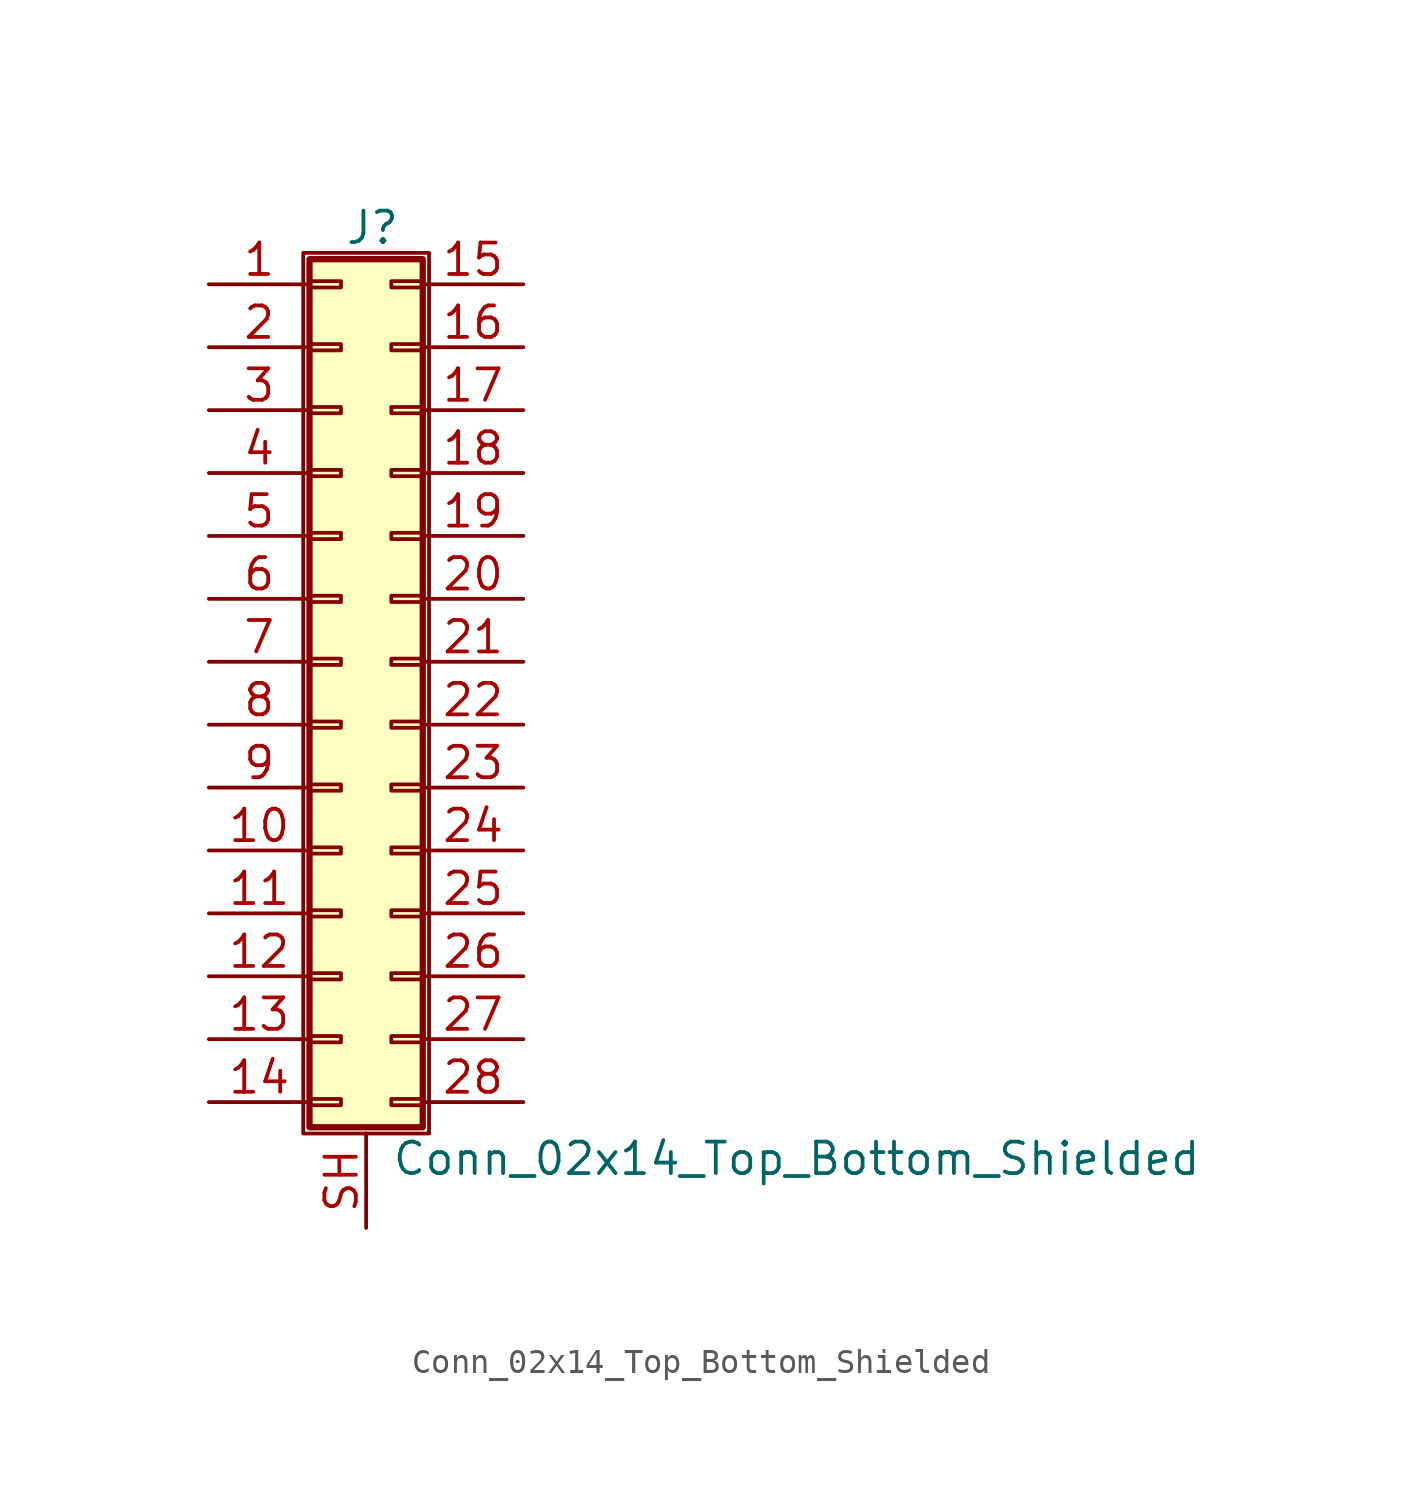
<source format=kicad_sym>
(kicad_symbol_lib
  (version 20201005)
  (generator kicad_symbol_editor)
  (symbol "Conn_02x14_Top_Bottom_Shielded"
    (pin_names
      (offset 1.016) hide)
    (property "Reference" "J"
      (at 1.524 17.526 0)
      (effects (font (size 1.27 1.27))))
    (property "Value" "Conn_02x14_Top_Bottom_Shielded"
      (at 2.286 -20.066 0)
      (effects (font (size 1.27 1.27)) (justify left)))
    (symbol "Conn_02x14_Top_Bottom_Shielded_1_1"
      (rectangle (start -1.27 16.51) (end 3.81 -19.05) (stroke (width 0.152)) (fill (type none)))
      (rectangle (start -1.016 -17.653) (end 0.254 -17.907) (stroke (width 0.152)) (fill (type none)))
      (rectangle (start -1.016 -15.113) (end 0.254 -15.367) (stroke (width 0.152)) (fill (type none)))
      (rectangle (start -1.016 -12.573) (end 0.254 -12.827) (stroke (width 0.152)) (fill (type none)))
      (rectangle (start -1.016 -10.033) (end 0.254 -10.287) (stroke (width 0.152)) (fill (type none)))
      (rectangle (start -1.016 -7.493) (end 0.254 -7.747) (stroke (width 0.152)) (fill (type none)))
      (rectangle (start -1.016 -4.953) (end 0.254 -5.207) (stroke (width 0.152)) (fill (type none)))
      (rectangle (start -1.016 -2.413) (end 0.254 -2.667) (stroke (width 0.152)) (fill (type none)))
      (rectangle (start -1.016 0.127) (end 0.254 -0.127) (stroke (width 0.152)) (fill (type none)))
      (rectangle (start -1.016 2.667) (end 0.254 2.413) (stroke (width 0.152)) (fill (type none)))
      (rectangle (start -1.016 5.207) (end 0.254 4.953) (stroke (width 0.152)) (fill (type none)))
      (rectangle (start -1.016 7.747) (end 0.254 7.493) (stroke (width 0.152)) (fill (type none)))
      (rectangle (start -1.016 10.287) (end 0.254 10.033) (stroke (width 0.152)) (fill (type none)))
      (rectangle (start -1.016 12.827) (end 0.254 12.573) (stroke (width 0.152)) (fill (type none)))
      (rectangle (start -1.016 15.367) (end 0.254 15.113) (stroke (width 0.152)) (fill (type none)))
      (rectangle (start 3.556 -17.653) (end 2.286 -17.907) (stroke (width 0.152)) (fill (type none)))
      (rectangle (start 3.556 -15.113) (end 2.286 -15.367) (stroke (width 0.152)) (fill (type none)))
      (rectangle (start 3.556 -12.573) (end 2.286 -12.827) (stroke (width 0.152)) (fill (type none)))
      (rectangle (start 3.556 -10.033) (end 2.286 -10.287) (stroke (width 0.152)) (fill (type none)))
      (rectangle (start 3.556 -7.493) (end 2.286 -7.747) (stroke (width 0.152)) (fill (type none)))
      (rectangle (start 3.556 -4.953) (end 2.286 -5.207) (stroke (width 0.152)) (fill (type none)))
      (rectangle (start 3.556 -2.413) (end 2.286 -2.667) (stroke (width 0.152)) (fill (type none)))
      (rectangle (start 3.556 0.127) (end 2.286 -0.127) (stroke (width 0.152)) (fill (type none)))
      (rectangle (start 3.556 2.667) (end 2.286 2.413) (stroke (width 0.152)) (fill (type none)))
      (rectangle (start 3.556 5.207) (end 2.286 4.953) (stroke (width 0.152)) (fill (type none)))
      (rectangle (start 3.556 7.747) (end 2.286 7.493) (stroke (width 0.152)) (fill (type none)))
      (rectangle (start 3.556 10.287) (end 2.286 10.033) (stroke (width 0.152)) (fill (type none)))
      (rectangle (start 3.556 12.827) (end 2.286 12.573) (stroke (width 0.152)) (fill (type none)))
      (rectangle (start 3.556 15.367) (end 2.286 15.113) (stroke (width 0.152)) (fill (type none)))
      (rectangle (start -1.016 16.256) (end 3.556 -18.796) (stroke (width 0.254)) (fill (type background)))
      (pin passive line (at -5.08 15.24 0) (length 4.064) (name "Pin_1" (effects (font (size 1.27 1.27)))) (number "1" (effects (font (size 1.27 1.27)))))
      (pin passive line (at -5.08 -7.62 0) (length 4.064) (name "Pin_10" (effects (font (size 1.27 1.27)))) (number "10" (effects (font (size 1.27 1.27)))))
      (pin passive line (at -5.08 -10.16 0) (length 4.064) (name "Pin_11" (effects (font (size 1.27 1.27)))) (number "11" (effects (font (size 1.27 1.27)))))
      (pin passive line (at -5.08 -12.7 0) (length 4.064) (name "Pin_12" (effects (font (size 1.27 1.27)))) (number "12" (effects (font (size 1.27 1.27)))))
      (pin passive line (at -5.08 -15.24 0) (length 4.064) (name "Pin_13" (effects (font (size 1.27 1.27)))) (number "13" (effects (font (size 1.27 1.27)))))
      (pin passive line (at -5.08 -17.78 0) (length 4.064) (name "Pin_14" (effects (font (size 1.27 1.27)))) (number "14" (effects (font (size 1.27 1.27)))))
      (pin passive line (at 7.62 15.24 180) (length 4.064) (name "Pin_15" (effects (font (size 1.27 1.27)))) (number "15" (effects (font (size 1.27 1.27)))))
      (pin passive line (at 7.62 12.7 180) (length 4.064) (name "Pin_16" (effects (font (size 1.27 1.27)))) (number "16" (effects (font (size 1.27 1.27)))))
      (pin passive line (at 7.62 10.16 180) (length 4.064) (name "Pin_17" (effects (font (size 1.27 1.27)))) (number "17" (effects (font (size 1.27 1.27)))))
      (pin passive line (at 7.62 7.62 180) (length 4.064) (name "Pin_18" (effects (font (size 1.27 1.27)))) (number "18" (effects (font (size 1.27 1.27)))))
      (pin passive line (at 7.62 5.08 180) (length 4.064) (name "Pin_19" (effects (font (size 1.27 1.27)))) (number "19" (effects (font (size 1.27 1.27)))))
      (pin passive line (at -5.08 12.7 0) (length 4.064) (name "Pin_2" (effects (font (size 1.27 1.27)))) (number "2" (effects (font (size 1.27 1.27)))))
      (pin passive line (at 7.62 2.54 180) (length 4.064) (name "Pin_20" (effects (font (size 1.27 1.27)))) (number "20" (effects (font (size 1.27 1.27)))))
      (pin passive line (at 7.62 0 180) (length 4.064) (name "Pin_21" (effects (font (size 1.27 1.27)))) (number "21" (effects (font (size 1.27 1.27)))))
      (pin passive line (at 7.62 -2.54 180) (length 4.064) (name "Pin_22" (effects (font (size 1.27 1.27)))) (number "22" (effects (font (size 1.27 1.27)))))
      (pin passive line (at 7.62 -5.08 180) (length 4.064) (name "Pin_23" (effects (font (size 1.27 1.27)))) (number "23" (effects (font (size 1.27 1.27)))))
      (pin passive line (at 7.62 -7.62 180) (length 4.064) (name "Pin_24" (effects (font (size 1.27 1.27)))) (number "24" (effects (font (size 1.27 1.27)))))
      (pin passive line (at 7.62 -10.16 180) (length 4.064) (name "Pin_25" (effects (font (size 1.27 1.27)))) (number "25" (effects (font (size 1.27 1.27)))))
      (pin passive line (at 7.62 -12.7 180) (length 4.064) (name "Pin_26" (effects (font (size 1.27 1.27)))) (number "26" (effects (font (size 1.27 1.27)))))
      (pin passive line (at 7.62 -15.24 180) (length 4.064) (name "Pin_27" (effects (font (size 1.27 1.27)))) (number "27" (effects (font (size 1.27 1.27)))))
      (pin passive line (at 7.62 -17.78 180) (length 4.064) (name "Pin_28" (effects (font (size 1.27 1.27)))) (number "28" (effects (font (size 1.27 1.27)))))
      (pin passive line (at -5.08 10.16 0) (length 4.064) (name "Pin_3" (effects (font (size 1.27 1.27)))) (number "3" (effects (font (size 1.27 1.27)))))
      (pin passive line (at -5.08 7.62 0) (length 4.064) (name "Pin_4" (effects (font (size 1.27 1.27)))) (number "4" (effects (font (size 1.27 1.27)))))
      (pin passive line (at -5.08 5.08 0) (length 4.064) (name "Pin_5" (effects (font (size 1.27 1.27)))) (number "5" (effects (font (size 1.27 1.27)))))
      (pin passive line (at -5.08 2.54 0) (length 4.064) (name "Pin_6" (effects (font (size 1.27 1.27)))) (number "6" (effects (font (size 1.27 1.27)))))
      (pin passive line (at -5.08 0 0) (length 4.064) (name "Pin_7" (effects (font (size 1.27 1.27)))) (number "7" (effects (font (size 1.27 1.27)))))
      (pin passive line (at -5.08 -2.54 0) (length 4.064) (name "Pin_8" (effects (font (size 1.27 1.27)))) (number "8" (effects (font (size 1.27 1.27)))))
      (pin passive line (at -5.08 -5.08 0) (length 4.064) (name "Pin_9" (effects (font (size 1.27 1.27)))) (number "9" (effects (font (size 1.27 1.27)))))
      (pin passive line (at 1.27 -22.86 90) (length 3.81) (name "Shield" (effects (font (size 1.27 1.27)))) (number "SH" (effects (font (size 1.27 1.27))))))))
</source>
